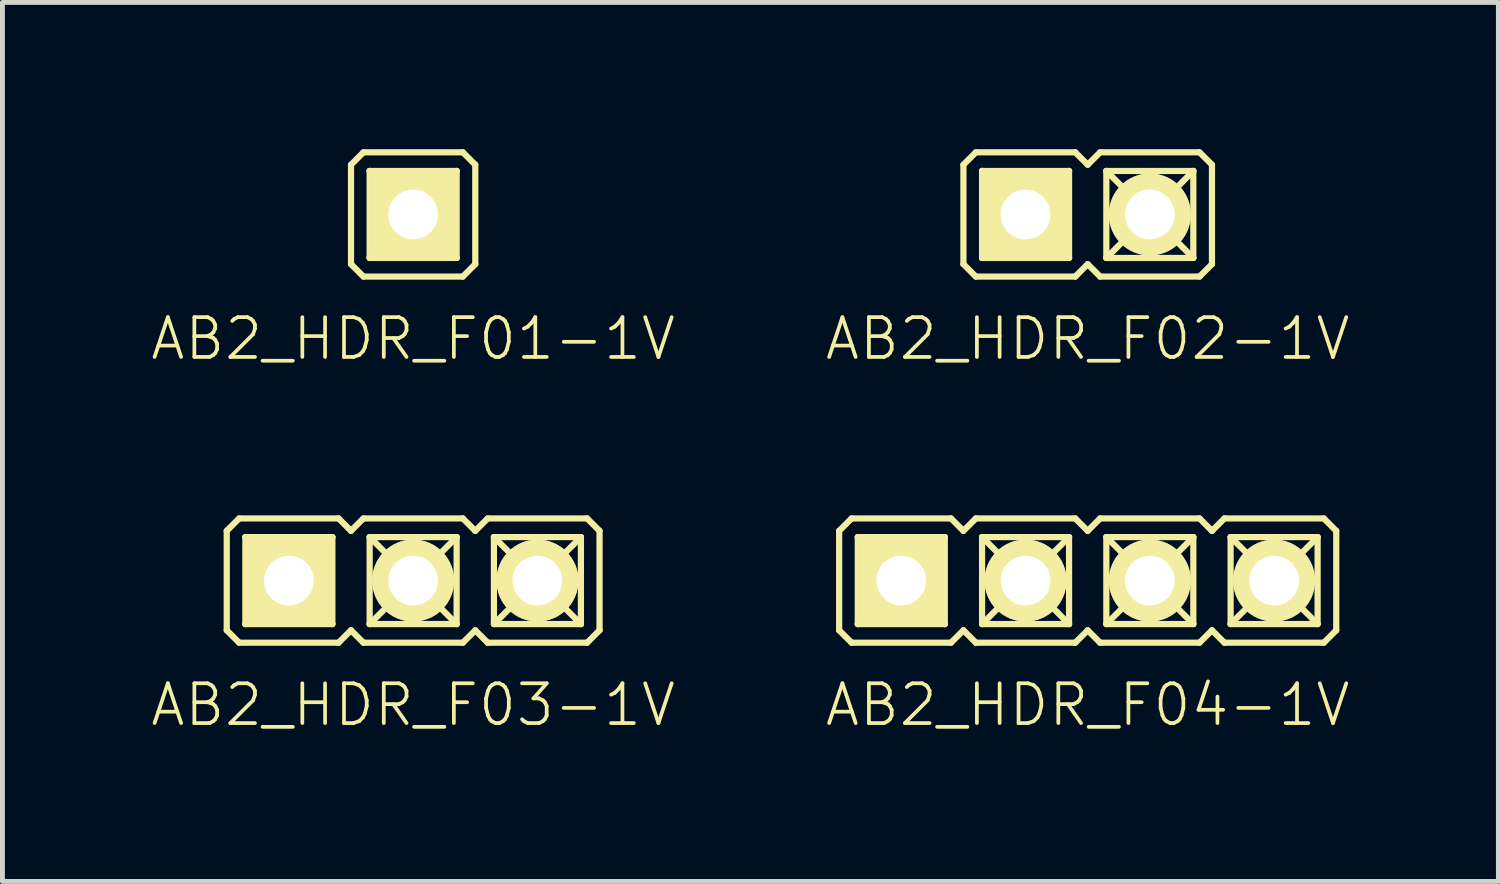
<source format=kicad_pcb>
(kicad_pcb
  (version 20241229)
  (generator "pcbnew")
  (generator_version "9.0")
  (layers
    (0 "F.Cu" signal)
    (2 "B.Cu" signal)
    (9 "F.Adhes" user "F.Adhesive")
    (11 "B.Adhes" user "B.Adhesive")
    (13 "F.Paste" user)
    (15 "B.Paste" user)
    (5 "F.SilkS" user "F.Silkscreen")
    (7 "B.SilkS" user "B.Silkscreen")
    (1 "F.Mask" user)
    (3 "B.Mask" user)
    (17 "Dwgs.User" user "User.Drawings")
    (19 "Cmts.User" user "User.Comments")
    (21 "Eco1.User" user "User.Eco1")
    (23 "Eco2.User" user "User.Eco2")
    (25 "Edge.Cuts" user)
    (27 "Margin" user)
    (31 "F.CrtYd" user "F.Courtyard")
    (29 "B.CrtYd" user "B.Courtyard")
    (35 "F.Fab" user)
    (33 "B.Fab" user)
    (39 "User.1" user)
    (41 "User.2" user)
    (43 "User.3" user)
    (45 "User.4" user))
  (footprint "AB2_HDR_F04-1V"
    (layer "F.Cu")
    (at 19.181 8.816)
    (property "Reference" "AB2_HDR_F04-1V" (at 0 2.54 0) (layer "F.SilkS") (effects (font (size 0.813 0.813) (thickness 0.076))))
    (attr through_hole)
    (fp_line (start -5.08 -1.016) (end -4.826 -1.27) (stroke (width 0.127) (type solid)) (layer "F.SilkS"))
    (fp_line (start -5.08 1.016) (end -5.08 -1.016) (stroke (width 0.127) (type solid)) (layer "F.SilkS"))
    (fp_line (start -4.826 -1.27) (end -2.794 -1.27) (stroke (width 0.127) (type solid)) (layer "F.SilkS"))
    (fp_line (start -4.826 1.27) (end -5.08 1.016) (stroke (width 0.127) (type solid)) (layer "F.SilkS"))
    (fp_line (start -4.699 -0.889) (end -2.921 -0.889) (stroke (width 0.127) (type solid)) (layer "F.SilkS"))
    (fp_line (start -4.699 0.889) (end -4.699 -0.889) (stroke (width 0.127) (type solid)) (layer "F.SilkS"))
    (fp_line (start -4.318 -0.508) (end -4.699 -0.889) (stroke (width 0.127) (type solid)) (layer "F.SilkS"))
    (fp_line (start -4.318 -0.508) (end -3.302 -0.508) (stroke (width 0.127) (type solid)) (layer "F.SilkS"))
    (fp_line (start -4.318 0.508) (end -4.699 0.889) (stroke (width 0.127) (type solid)) (layer "F.SilkS"))
    (fp_line (start -4.318 0.508) (end -4.318 -0.508) (stroke (width 0.127) (type solid)) (layer "F.SilkS"))
    (fp_line (start -3.302 -0.508) (end -3.302 0.508) (stroke (width 0.127) (type solid)) (layer "F.SilkS"))
    (fp_line (start -3.302 -0.508) (end -2.921 -0.889) (stroke (width 0.127) (type solid)) (layer "F.SilkS"))
    (fp_line (start -3.302 0.508) (end -4.318 0.508) (stroke (width 0.127) (type solid)) (layer "F.SilkS"))
    (fp_line (start -3.302 0.508) (end -2.921 0.889) (stroke (width 0.127) (type solid)) (layer "F.SilkS"))
    (fp_line (start -2.921 -0.889) (end -2.921 0.889) (stroke (width 0.127) (type solid)) (layer "F.SilkS"))
    (fp_line (start -2.921 0.889) (end -4.699 0.889) (stroke (width 0.127) (type solid)) (layer "F.SilkS"))
    (fp_line (start -2.794 -1.27) (end -2.54 -1.016) (stroke (width 0.127) (type solid)) (layer "F.SilkS"))
    (fp_line (start -2.794 1.27) (end -4.826 1.27) (stroke (width 0.127) (type solid)) (layer "F.SilkS"))
    (fp_line (start -2.54 -1.016) (end -2.286 -1.27) (stroke (width 0.127) (type solid)) (layer "F.SilkS"))
    (fp_line (start -2.54 1.016) (end -2.794 1.27) (stroke (width 0.127) (type solid)) (layer "F.SilkS"))
    (fp_line (start -2.286 -1.27) (end -0.254 -1.27) (stroke (width 0.127) (type solid)) (layer "F.SilkS"))
    (fp_line (start -2.286 1.27) (end -2.54 1.016) (stroke (width 0.127) (type solid)) (layer "F.SilkS"))
    (fp_line (start -2.159 -0.889) (end -0.381 -0.889) (stroke (width 0.127) (type solid)) (layer "F.SilkS"))
    (fp_line (start -2.159 0.889) (end -2.159 -0.889) (stroke (width 0.127) (type solid)) (layer "F.SilkS"))
    (fp_line (start -1.778 -0.508) (end -2.159 -0.889) (stroke (width 0.127) (type solid)) (layer "F.SilkS"))
    (fp_line (start -1.778 -0.508) (end -0.762 -0.508) (stroke (width 0.127) (type solid)) (layer "F.SilkS"))
    (fp_line (start -1.778 0.508) (end -2.159 0.889) (stroke (width 0.127) (type solid)) (layer "F.SilkS"))
    (fp_line (start -1.778 0.508) (end -1.778 -0.508) (stroke (width 0.127) (type solid)) (layer "F.SilkS"))
    (fp_line (start -0.762 -0.508) (end -0.762 0.508) (stroke (width 0.127) (type solid)) (layer "F.SilkS"))
    (fp_line (start -0.762 -0.508) (end -0.381 -0.889) (stroke (width 0.127) (type solid)) (layer "F.SilkS"))
    (fp_line (start -0.762 0.508) (end -1.778 0.508) (stroke (width 0.127) (type solid)) (layer "F.SilkS"))
    (fp_line (start -0.762 0.508) (end -0.381 0.889) (stroke (width 0.127) (type solid)) (layer "F.SilkS"))
    (fp_line (start -0.381 -0.889) (end -0.381 0.889) (stroke (width 0.127) (type solid)) (layer "F.SilkS"))
    (fp_line (start -0.381 0.889) (end -2.159 0.889) (stroke (width 0.127) (type solid)) (layer "F.SilkS"))
    (fp_line (start -0.254 -1.27) (end 0 -1.016) (stroke (width 0.127) (type solid)) (layer "F.SilkS"))
    (fp_line (start -0.254 1.27) (end -2.286 1.27) (stroke (width 0.127) (type solid)) (layer "F.SilkS"))
    (fp_line (start 0 -1.016) (end 0.254 -1.27) (stroke (width 0.127) (type solid)) (layer "F.SilkS"))
    (fp_line (start 0 1.016) (end -0.254 1.27) (stroke (width 0.127) (type solid)) (layer "F.SilkS"))
    (fp_line (start 0.254 -1.27) (end 2.286 -1.27) (stroke (width 0.127) (type solid)) (layer "F.SilkS"))
    (fp_line (start 0.254 1.27) (end 0 1.016) (stroke (width 0.127) (type solid)) (layer "F.SilkS"))
    (fp_line (start 0.381 -0.889) (end 2.159 -0.889) (stroke (width 0.127) (type solid)) (layer "F.SilkS"))
    (fp_line (start 0.381 0.889) (end 0.381 -0.889) (stroke (width 0.127) (type solid)) (layer "F.SilkS"))
    (fp_line (start 0.762 -0.508) (end 0.381 -0.889) (stroke (width 0.127) (type solid)) (layer "F.SilkS"))
    (fp_line (start 0.762 -0.508) (end 1.778 -0.508) (stroke (width 0.127) (type solid)) (layer "F.SilkS"))
    (fp_line (start 0.762 0.508) (end 0.381 0.889) (stroke (width 0.127) (type solid)) (layer "F.SilkS"))
    (fp_line (start 0.762 0.508) (end 0.762 -0.508) (stroke (width 0.127) (type solid)) (layer "F.SilkS"))
    (fp_line (start 1.778 -0.508) (end 1.778 0.508) (stroke (width 0.127) (type solid)) (layer "F.SilkS"))
    (fp_line (start 1.778 -0.508) (end 2.159 -0.889) (stroke (width 0.127) (type solid)) (layer "F.SilkS"))
    (fp_line (start 1.778 0.508) (end 0.762 0.508) (stroke (width 0.127) (type solid)) (layer "F.SilkS"))
    (fp_line (start 1.778 0.508) (end 2.159 0.889) (stroke (width 0.127) (type solid)) (layer "F.SilkS"))
    (fp_line (start 2.159 -0.889) (end 2.159 0.889) (stroke (width 0.127) (type solid)) (layer "F.SilkS"))
    (fp_line (start 2.159 0.889) (end 0.381 0.889) (stroke (width 0.127) (type solid)) (layer "F.SilkS"))
    (fp_line (start 2.286 -1.27) (end 2.54 -1.016) (stroke (width 0.127) (type solid)) (layer "F.SilkS"))
    (fp_line (start 2.286 1.27) (end 0.254 1.27) (stroke (width 0.127) (type solid)) (layer "F.SilkS"))
    (fp_line (start 2.54 -1.016) (end 2.794 -1.27) (stroke (width 0.127) (type solid)) (layer "F.SilkS"))
    (fp_line (start 2.54 1.016) (end 2.286 1.27) (stroke (width 0.127) (type solid)) (layer "F.SilkS"))
    (fp_line (start 2.794 -1.27) (end 4.826 -1.27) (stroke (width 0.127) (type solid)) (layer "F.SilkS"))
    (fp_line (start 2.794 1.27) (end 2.54 1.016) (stroke (width 0.127) (type solid)) (layer "F.SilkS"))
    (fp_line (start 2.921 -0.889) (end 4.699 -0.889) (stroke (width 0.127) (type solid)) (layer "F.SilkS"))
    (fp_line (start 2.921 0.889) (end 2.921 -0.889) (stroke (width 0.127) (type solid)) (layer "F.SilkS"))
    (fp_line (start 3.302 -0.508) (end 2.921 -0.889) (stroke (width 0.127) (type solid)) (layer "F.SilkS"))
    (fp_line (start 3.302 -0.508) (end 4.318 -0.508) (stroke (width 0.127) (type solid)) (layer "F.SilkS"))
    (fp_line (start 3.302 0.508) (end 2.921 0.889) (stroke (width 0.127) (type solid)) (layer "F.SilkS"))
    (fp_line (start 3.302 0.508) (end 3.302 -0.508) (stroke (width 0.127) (type solid)) (layer "F.SilkS"))
    (fp_line (start 4.318 -0.508) (end 4.318 0.508) (stroke (width 0.127) (type solid)) (layer "F.SilkS"))
    (fp_line (start 4.318 -0.508) (end 4.699 -0.889) (stroke (width 0.127) (type solid)) (layer "F.SilkS"))
    (fp_line (start 4.318 0.508) (end 3.302 0.508) (stroke (width 0.127) (type solid)) (layer "F.SilkS"))
    (fp_line (start 4.318 0.508) (end 4.699 0.889) (stroke (width 0.127) (type solid)) (layer "F.SilkS"))
    (fp_line (start 4.699 -0.889) (end 4.699 0.889) (stroke (width 0.127) (type solid)) (layer "F.SilkS"))
    (fp_line (start 4.699 0.889) (end 2.921 0.889) (stroke (width 0.127) (type solid)) (layer "F.SilkS"))
    (fp_line (start 4.826 -1.27) (end 5.08 -1.016) (stroke (width 0.127) (type solid)) (layer "F.SilkS"))
    (fp_line (start 4.826 1.27) (end 2.794 1.27) (stroke (width 0.127) (type solid)) (layer "F.SilkS"))
    (fp_line (start 5.08 1.016) (end 4.826 1.27) (stroke (width 0.127) (type solid)) (layer "F.SilkS"))
    (fp_line (start 5.08 1.016) (end 5.08 -1.016) (stroke (width 0.127) (type solid)) (layer "F.SilkS"))
    (pad "1" thru_hole rect (at -3.81 0) (size 1.676 1.676) (drill 1.016) (layers "*.Cu" "*.Mask" "F.SilkS"))
    (pad "2" thru_hole circle (at -1.27 0) (size 1.676 1.676) (drill 1.016) (layers "*.Cu" "*.Mask" "F.SilkS"))
    (pad "3" thru_hole circle (at 1.27 0) (size 1.676 1.676) (drill 1.016) (layers "*.Cu" "*.Mask" "F.SilkS"))
    (pad "4" thru_hole circle (at 3.81 0) (size 1.676 1.676) (drill 1.016) (layers "*.Cu" "*.Mask" "F.SilkS")))
  (footprint "AB2_HDR_F02-1V"
    (layer "F.Cu")
    (at 19.181 1.333)
    (property "Reference" "AB2_HDR_F02-1V" (at 0 2.54 0) (layer "F.SilkS") (effects (font (size 0.813 0.813) (thickness 0.076))))
    (attr through_hole)
    (fp_line (start -2.54 -1.016) (end -2.286 -1.27) (stroke (width 0.127) (type solid)) (layer "F.SilkS"))
    (fp_line (start -2.54 1.016) (end -2.54 -1.016) (stroke (width 0.127) (type solid)) (layer "F.SilkS"))
    (fp_line (start -2.286 -1.27) (end -0.254 -1.27) (stroke (width 0.127) (type solid)) (layer "F.SilkS"))
    (fp_line (start -2.286 1.27) (end -2.54 1.016) (stroke (width 0.127) (type solid)) (layer "F.SilkS"))
    (fp_line (start -2.159 -0.889) (end -0.381 -0.889) (stroke (width 0.127) (type solid)) (layer "F.SilkS"))
    (fp_line (start -2.159 0.889) (end -2.159 -0.889) (stroke (width 0.127) (type solid)) (layer "F.SilkS"))
    (fp_line (start -1.778 -0.508) (end -2.159 -0.889) (stroke (width 0.127) (type solid)) (layer "F.SilkS"))
    (fp_line (start -1.778 -0.508) (end -0.762 -0.508) (stroke (width 0.127) (type solid)) (layer "F.SilkS"))
    (fp_line (start -1.778 0.508) (end -2.159 0.889) (stroke (width 0.127) (type solid)) (layer "F.SilkS"))
    (fp_line (start -1.778 0.508) (end -1.778 -0.508) (stroke (width 0.127) (type solid)) (layer "F.SilkS"))
    (fp_line (start -0.762 -0.508) (end -0.762 0.508) (stroke (width 0.127) (type solid)) (layer "F.SilkS"))
    (fp_line (start -0.762 -0.508) (end -0.381 -0.889) (stroke (width 0.127) (type solid)) (layer "F.SilkS"))
    (fp_line (start -0.762 0.508) (end -1.778 0.508) (stroke (width 0.127) (type solid)) (layer "F.SilkS"))
    (fp_line (start -0.762 0.508) (end -0.381 0.889) (stroke (width 0.127) (type solid)) (layer "F.SilkS"))
    (fp_line (start -0.381 -0.889) (end -0.381 0.889) (stroke (width 0.127) (type solid)) (layer "F.SilkS"))
    (fp_line (start -0.381 0.889) (end -2.159 0.889) (stroke (width 0.127) (type solid)) (layer "F.SilkS"))
    (fp_line (start -0.254 -1.27) (end 0 -1.016) (stroke (width 0.127) (type solid)) (layer "F.SilkS"))
    (fp_line (start -0.254 1.27) (end -2.286 1.27) (stroke (width 0.127) (type solid)) (layer "F.SilkS"))
    (fp_line (start 0 -1.016) (end 0.254 -1.27) (stroke (width 0.127) (type solid)) (layer "F.SilkS"))
    (fp_line (start 0 1.016) (end -0.254 1.27) (stroke (width 0.127) (type solid)) (layer "F.SilkS"))
    (fp_line (start 0.254 -1.27) (end 2.286 -1.27) (stroke (width 0.127) (type solid)) (layer "F.SilkS"))
    (fp_line (start 0.254 1.27) (end 0 1.016) (stroke (width 0.127) (type solid)) (layer "F.SilkS"))
    (fp_line (start 0.381 -0.889) (end 2.159 -0.889) (stroke (width 0.127) (type solid)) (layer "F.SilkS"))
    (fp_line (start 0.381 0.889) (end 0.381 -0.889) (stroke (width 0.127) (type solid)) (layer "F.SilkS"))
    (fp_line (start 0.762 -0.508) (end 0.381 -0.889) (stroke (width 0.127) (type solid)) (layer "F.SilkS"))
    (fp_line (start 0.762 -0.508) (end 1.778 -0.508) (stroke (width 0.127) (type solid)) (layer "F.SilkS"))
    (fp_line (start 0.762 0.508) (end 0.381 0.889) (stroke (width 0.127) (type solid)) (layer "F.SilkS"))
    (fp_line (start 0.762 0.508) (end 0.762 -0.508) (stroke (width 0.127) (type solid)) (layer "F.SilkS"))
    (fp_line (start 1.778 -0.508) (end 1.778 0.508) (stroke (width 0.127) (type solid)) (layer "F.SilkS"))
    (fp_line (start 1.778 -0.508) (end 2.159 -0.889) (stroke (width 0.127) (type solid)) (layer "F.SilkS"))
    (fp_line (start 1.778 0.508) (end 0.762 0.508) (stroke (width 0.127) (type solid)) (layer "F.SilkS"))
    (fp_line (start 1.778 0.508) (end 2.159 0.889) (stroke (width 0.127) (type solid)) (layer "F.SilkS"))
    (fp_line (start 2.159 -0.889) (end 2.159 0.889) (stroke (width 0.127) (type solid)) (layer "F.SilkS"))
    (fp_line (start 2.159 0.889) (end 0.381 0.889) (stroke (width 0.127) (type solid)) (layer "F.SilkS"))
    (fp_line (start 2.286 -1.27) (end 2.54 -1.016) (stroke (width 0.127) (type solid)) (layer "F.SilkS"))
    (fp_line (start 2.286 1.27) (end 0.254 1.27) (stroke (width 0.127) (type solid)) (layer "F.SilkS"))
    (fp_line (start 2.54 -1.016) (end 2.54 1.016) (stroke (width 0.127) (type solid)) (layer "F.SilkS"))
    (fp_line (start 2.54 1.016) (end 2.286 1.27) (stroke (width 0.127) (type solid)) (layer "F.SilkS"))
    (pad "1" thru_hole rect (at -1.27 0) (size 1.676 1.676) (drill 1.016) (layers "*.Cu" "*.Mask" "F.SilkS"))
    (pad "2" thru_hole circle (at 1.27 0) (size 1.676 1.676) (drill 1.016) (layers "*.Cu" "*.Mask" "F.SilkS")))
  (footprint "AB2_HDR_F03-1V"
    (layer "F.Cu")
    (at 5.394 8.816)
    (property "Reference" "AB2_HDR_F03-1V" (at 0 2.54 0) (layer "F.SilkS") (effects (font (size 0.813 0.813) (thickness 0.076))))
    (attr through_hole)
    (fp_line (start -3.81 -1.016) (end -3.556 -1.27) (stroke (width 0.127) (type solid)) (layer "F.SilkS"))
    (fp_line (start -3.81 1.016) (end -3.81 -1.016) (stroke (width 0.127) (type solid)) (layer "F.SilkS"))
    (fp_line (start -3.556 -1.27) (end -1.524 -1.27) (stroke (width 0.127) (type solid)) (layer "F.SilkS"))
    (fp_line (start -3.556 1.27) (end -3.81 1.016) (stroke (width 0.127) (type solid)) (layer "F.SilkS"))
    (fp_line (start -3.429 -0.889) (end -1.651 -0.889) (stroke (width 0.127) (type solid)) (layer "F.SilkS"))
    (fp_line (start -3.429 0.889) (end -3.429 -0.889) (stroke (width 0.127) (type solid)) (layer "F.SilkS"))
    (fp_line (start -3.048 -0.508) (end -3.429 -0.889) (stroke (width 0.127) (type solid)) (layer "F.SilkS"))
    (fp_line (start -3.048 -0.508) (end -2.032 -0.508) (stroke (width 0.127) (type solid)) (layer "F.SilkS"))
    (fp_line (start -3.048 0.508) (end -3.429 0.889) (stroke (width 0.127) (type solid)) (layer "F.SilkS"))
    (fp_line (start -3.048 0.508) (end -3.048 -0.508) (stroke (width 0.127) (type solid)) (layer "F.SilkS"))
    (fp_line (start -2.032 -0.508) (end -2.032 0.508) (stroke (width 0.127) (type solid)) (layer "F.SilkS"))
    (fp_line (start -2.032 -0.508) (end -1.651 -0.889) (stroke (width 0.127) (type solid)) (layer "F.SilkS"))
    (fp_line (start -2.032 0.508) (end -3.048 0.508) (stroke (width 0.127) (type solid)) (layer "F.SilkS"))
    (fp_line (start -2.032 0.508) (end -1.651 0.889) (stroke (width 0.127) (type solid)) (layer "F.SilkS"))
    (fp_line (start -1.651 -0.889) (end -1.651 0.889) (stroke (width 0.127) (type solid)) (layer "F.SilkS"))
    (fp_line (start -1.651 0.889) (end -3.429 0.889) (stroke (width 0.127) (type solid)) (layer "F.SilkS"))
    (fp_line (start -1.524 -1.27) (end -1.27 -1.016) (stroke (width 0.127) (type solid)) (layer "F.SilkS"))
    (fp_line (start -1.524 1.27) (end -3.556 1.27) (stroke (width 0.127) (type solid)) (layer "F.SilkS"))
    (fp_line (start -1.27 -1.016) (end -1.016 -1.27) (stroke (width 0.127) (type solid)) (layer "F.SilkS"))
    (fp_line (start -1.27 1.016) (end -1.524 1.27) (stroke (width 0.127) (type solid)) (layer "F.SilkS"))
    (fp_line (start -1.016 -1.27) (end 1.016 -1.27) (stroke (width 0.127) (type solid)) (layer "F.SilkS"))
    (fp_line (start -1.016 1.27) (end -1.27 1.016) (stroke (width 0.127) (type solid)) (layer "F.SilkS"))
    (fp_line (start -0.889 -0.889) (end 0.889 -0.889) (stroke (width 0.127) (type solid)) (layer "F.SilkS"))
    (fp_line (start -0.889 0.889) (end -0.889 -0.889) (stroke (width 0.127) (type solid)) (layer "F.SilkS"))
    (fp_line (start -0.508 -0.508) (end -0.889 -0.889) (stroke (width 0.127) (type solid)) (layer "F.SilkS"))
    (fp_line (start -0.508 -0.508) (end 0.508 -0.508) (stroke (width 0.127) (type solid)) (layer "F.SilkS"))
    (fp_line (start -0.508 0.508) (end -0.889 0.889) (stroke (width 0.127) (type solid)) (layer "F.SilkS"))
    (fp_line (start -0.508 0.508) (end -0.508 -0.508) (stroke (width 0.127) (type solid)) (layer "F.SilkS"))
    (fp_line (start 0.508 -0.508) (end 0.508 0.508) (stroke (width 0.127) (type solid)) (layer "F.SilkS"))
    (fp_line (start 0.508 -0.508) (end 0.889 -0.889) (stroke (width 0.127) (type solid)) (layer "F.SilkS"))
    (fp_line (start 0.508 0.508) (end -0.508 0.508) (stroke (width 0.127) (type solid)) (layer "F.SilkS"))
    (fp_line (start 0.508 0.508) (end 0.889 0.889) (stroke (width 0.127) (type solid)) (layer "F.SilkS"))
    (fp_line (start 0.889 -0.889) (end 0.889 0.889) (stroke (width 0.127) (type solid)) (layer "F.SilkS"))
    (fp_line (start 0.889 0.889) (end -0.889 0.889) (stroke (width 0.127) (type solid)) (layer "F.SilkS"))
    (fp_line (start 1.016 -1.27) (end 1.27 -1.016) (stroke (width 0.127) (type solid)) (layer "F.SilkS"))
    (fp_line (start 1.016 1.27) (end -1.016 1.27) (stroke (width 0.127) (type solid)) (layer "F.SilkS"))
    (fp_line (start 1.27 -1.016) (end 1.524 -1.27) (stroke (width 0.127) (type solid)) (layer "F.SilkS"))
    (fp_line (start 1.27 1.016) (end 1.016 1.27) (stroke (width 0.127) (type solid)) (layer "F.SilkS"))
    (fp_line (start 1.524 -1.27) (end 3.556 -1.27) (stroke (width 0.127) (type solid)) (layer "F.SilkS"))
    (fp_line (start 1.524 1.27) (end 1.27 1.016) (stroke (width 0.127) (type solid)) (layer "F.SilkS"))
    (fp_line (start 1.651 -0.889) (end 3.429 -0.889) (stroke (width 0.127) (type solid)) (layer "F.SilkS"))
    (fp_line (start 1.651 0.889) (end 1.651 -0.889) (stroke (width 0.127) (type solid)) (layer "F.SilkS"))
    (fp_line (start 2.032 -0.508) (end 1.651 -0.889) (stroke (width 0.127) (type solid)) (layer "F.SilkS"))
    (fp_line (start 2.032 -0.508) (end 3.048 -0.508) (stroke (width 0.127) (type solid)) (layer "F.SilkS"))
    (fp_line (start 2.032 0.508) (end 1.651 0.889) (stroke (width 0.127) (type solid)) (layer "F.SilkS"))
    (fp_line (start 2.032 0.508) (end 2.032 -0.508) (stroke (width 0.127) (type solid)) (layer "F.SilkS"))
    (fp_line (start 3.048 -0.508) (end 3.048 0.508) (stroke (width 0.127) (type solid)) (layer "F.SilkS"))
    (fp_line (start 3.048 -0.508) (end 3.429 -0.889) (stroke (width 0.127) (type solid)) (layer "F.SilkS"))
    (fp_line (start 3.048 0.508) (end 2.032 0.508) (stroke (width 0.127) (type solid)) (layer "F.SilkS"))
    (fp_line (start 3.048 0.508) (end 3.429 0.889) (stroke (width 0.127) (type solid)) (layer "F.SilkS"))
    (fp_line (start 3.429 -0.889) (end 3.429 0.889) (stroke (width 0.127) (type solid)) (layer "F.SilkS"))
    (fp_line (start 3.429 0.889) (end 1.651 0.889) (stroke (width 0.127) (type solid)) (layer "F.SilkS"))
    (fp_line (start 3.556 -1.27) (end 3.81 -1.016) (stroke (width 0.127) (type solid)) (layer "F.SilkS"))
    (fp_line (start 3.556 1.27) (end 1.524 1.27) (stroke (width 0.127) (type solid)) (layer "F.SilkS"))
    (fp_line (start 3.81 -1.016) (end 3.81 1.016) (stroke (width 0.127) (type solid)) (layer "F.SilkS"))
    (fp_line (start 3.81 1.016) (end 3.556 1.27) (stroke (width 0.127) (type solid)) (layer "F.SilkS"))
    (pad "1" thru_hole rect (at -2.54 0) (size 1.676 1.676) (drill 1.016) (layers "*.Cu" "*.Mask" "F.SilkS"))
    (pad "2" thru_hole circle (at 0 0) (size 1.676 1.676) (drill 1.016) (layers "*.Cu" "*.Mask" "F.SilkS"))
    (pad "3" thru_hole circle (at 2.54 0) (size 1.676 1.676) (drill 1.016) (layers "*.Cu" "*.Mask" "F.SilkS")))
  (footprint "AB2_HDR_F01-1V"
    (layer "F.Cu")
    (at 5.394 1.333)
    (property "Reference" "AB2_HDR_F01-1V" (at 0 2.54 0) (layer "F.SilkS") (effects (font (size 0.813 0.813) (thickness 0.076))))
    (attr through_hole)
    (fp_line (start -1.27 -1.016) (end -1.016 -1.27) (stroke (width 0.127) (type solid)) (layer "F.SilkS"))
    (fp_line (start -1.27 1.016) (end -1.27 -1.016) (stroke (width 0.127) (type solid)) (layer "F.SilkS"))
    (fp_line (start -1.016 -1.27) (end 1.016 -1.27) (stroke (width 0.127) (type solid)) (layer "F.SilkS"))
    (fp_line (start -1.016 1.27) (end -1.27 1.016) (stroke (width 0.127) (type solid)) (layer "F.SilkS"))
    (fp_line (start -0.889 -0.889) (end 0.889 -0.889) (stroke (width 0.127) (type solid)) (layer "F.SilkS"))
    (fp_line (start -0.889 0.889) (end -0.889 -0.889) (stroke (width 0.127) (type solid)) (layer "F.SilkS"))
    (fp_line (start -0.508 -0.508) (end -0.889 -0.889) (stroke (width 0.127) (type solid)) (layer "F.SilkS"))
    (fp_line (start -0.508 -0.508) (end 0.508 -0.508) (stroke (width 0.127) (type solid)) (layer "F.SilkS"))
    (fp_line (start -0.508 0.508) (end -0.889 0.889) (stroke (width 0.127) (type solid)) (layer "F.SilkS"))
    (fp_line (start -0.508 0.508) (end -0.508 -0.508) (stroke (width 0.127) (type solid)) (layer "F.SilkS"))
    (fp_line (start 0.508 -0.508) (end 0.508 0.508) (stroke (width 0.127) (type solid)) (layer "F.SilkS"))
    (fp_line (start 0.508 -0.508) (end 0.889 -0.889) (stroke (width 0.127) (type solid)) (layer "F.SilkS"))
    (fp_line (start 0.508 0.508) (end -0.508 0.508) (stroke (width 0.127) (type solid)) (layer "F.SilkS"))
    (fp_line (start 0.508 0.508) (end 0.889 0.889) (stroke (width 0.127) (type solid)) (layer "F.SilkS"))
    (fp_line (start 0.889 -0.889) (end 0.889 0.889) (stroke (width 0.127) (type solid)) (layer "F.SilkS"))
    (fp_line (start 0.889 0.889) (end -0.889 0.889) (stroke (width 0.127) (type solid)) (layer "F.SilkS"))
    (fp_line (start 1.016 -1.27) (end 1.27 -1.016) (stroke (width 0.127) (type solid)) (layer "F.SilkS"))
    (fp_line (start 1.016 1.27) (end -1.016 1.27) (stroke (width 0.127) (type solid)) (layer "F.SilkS"))
    (fp_line (start 1.27 -1.016) (end 1.27 1.016) (stroke (width 0.127) (type solid)) (layer "F.SilkS"))
    (fp_line (start 1.27 1.016) (end 1.016 1.27) (stroke (width 0.127) (type solid)) (layer "F.SilkS"))
    (pad "1" thru_hole rect (at 0 0) (size 1.676 1.676) (drill 1.016) (layers "*.Cu" "*.Mask" "F.SilkS")))
  (gr_rect
    (start -3 -3)
    (end 27.575 14.965)
    (stroke (width 0.1) (type default))
    (fill no)
    (layer "Edge.Cuts")))
</source>
